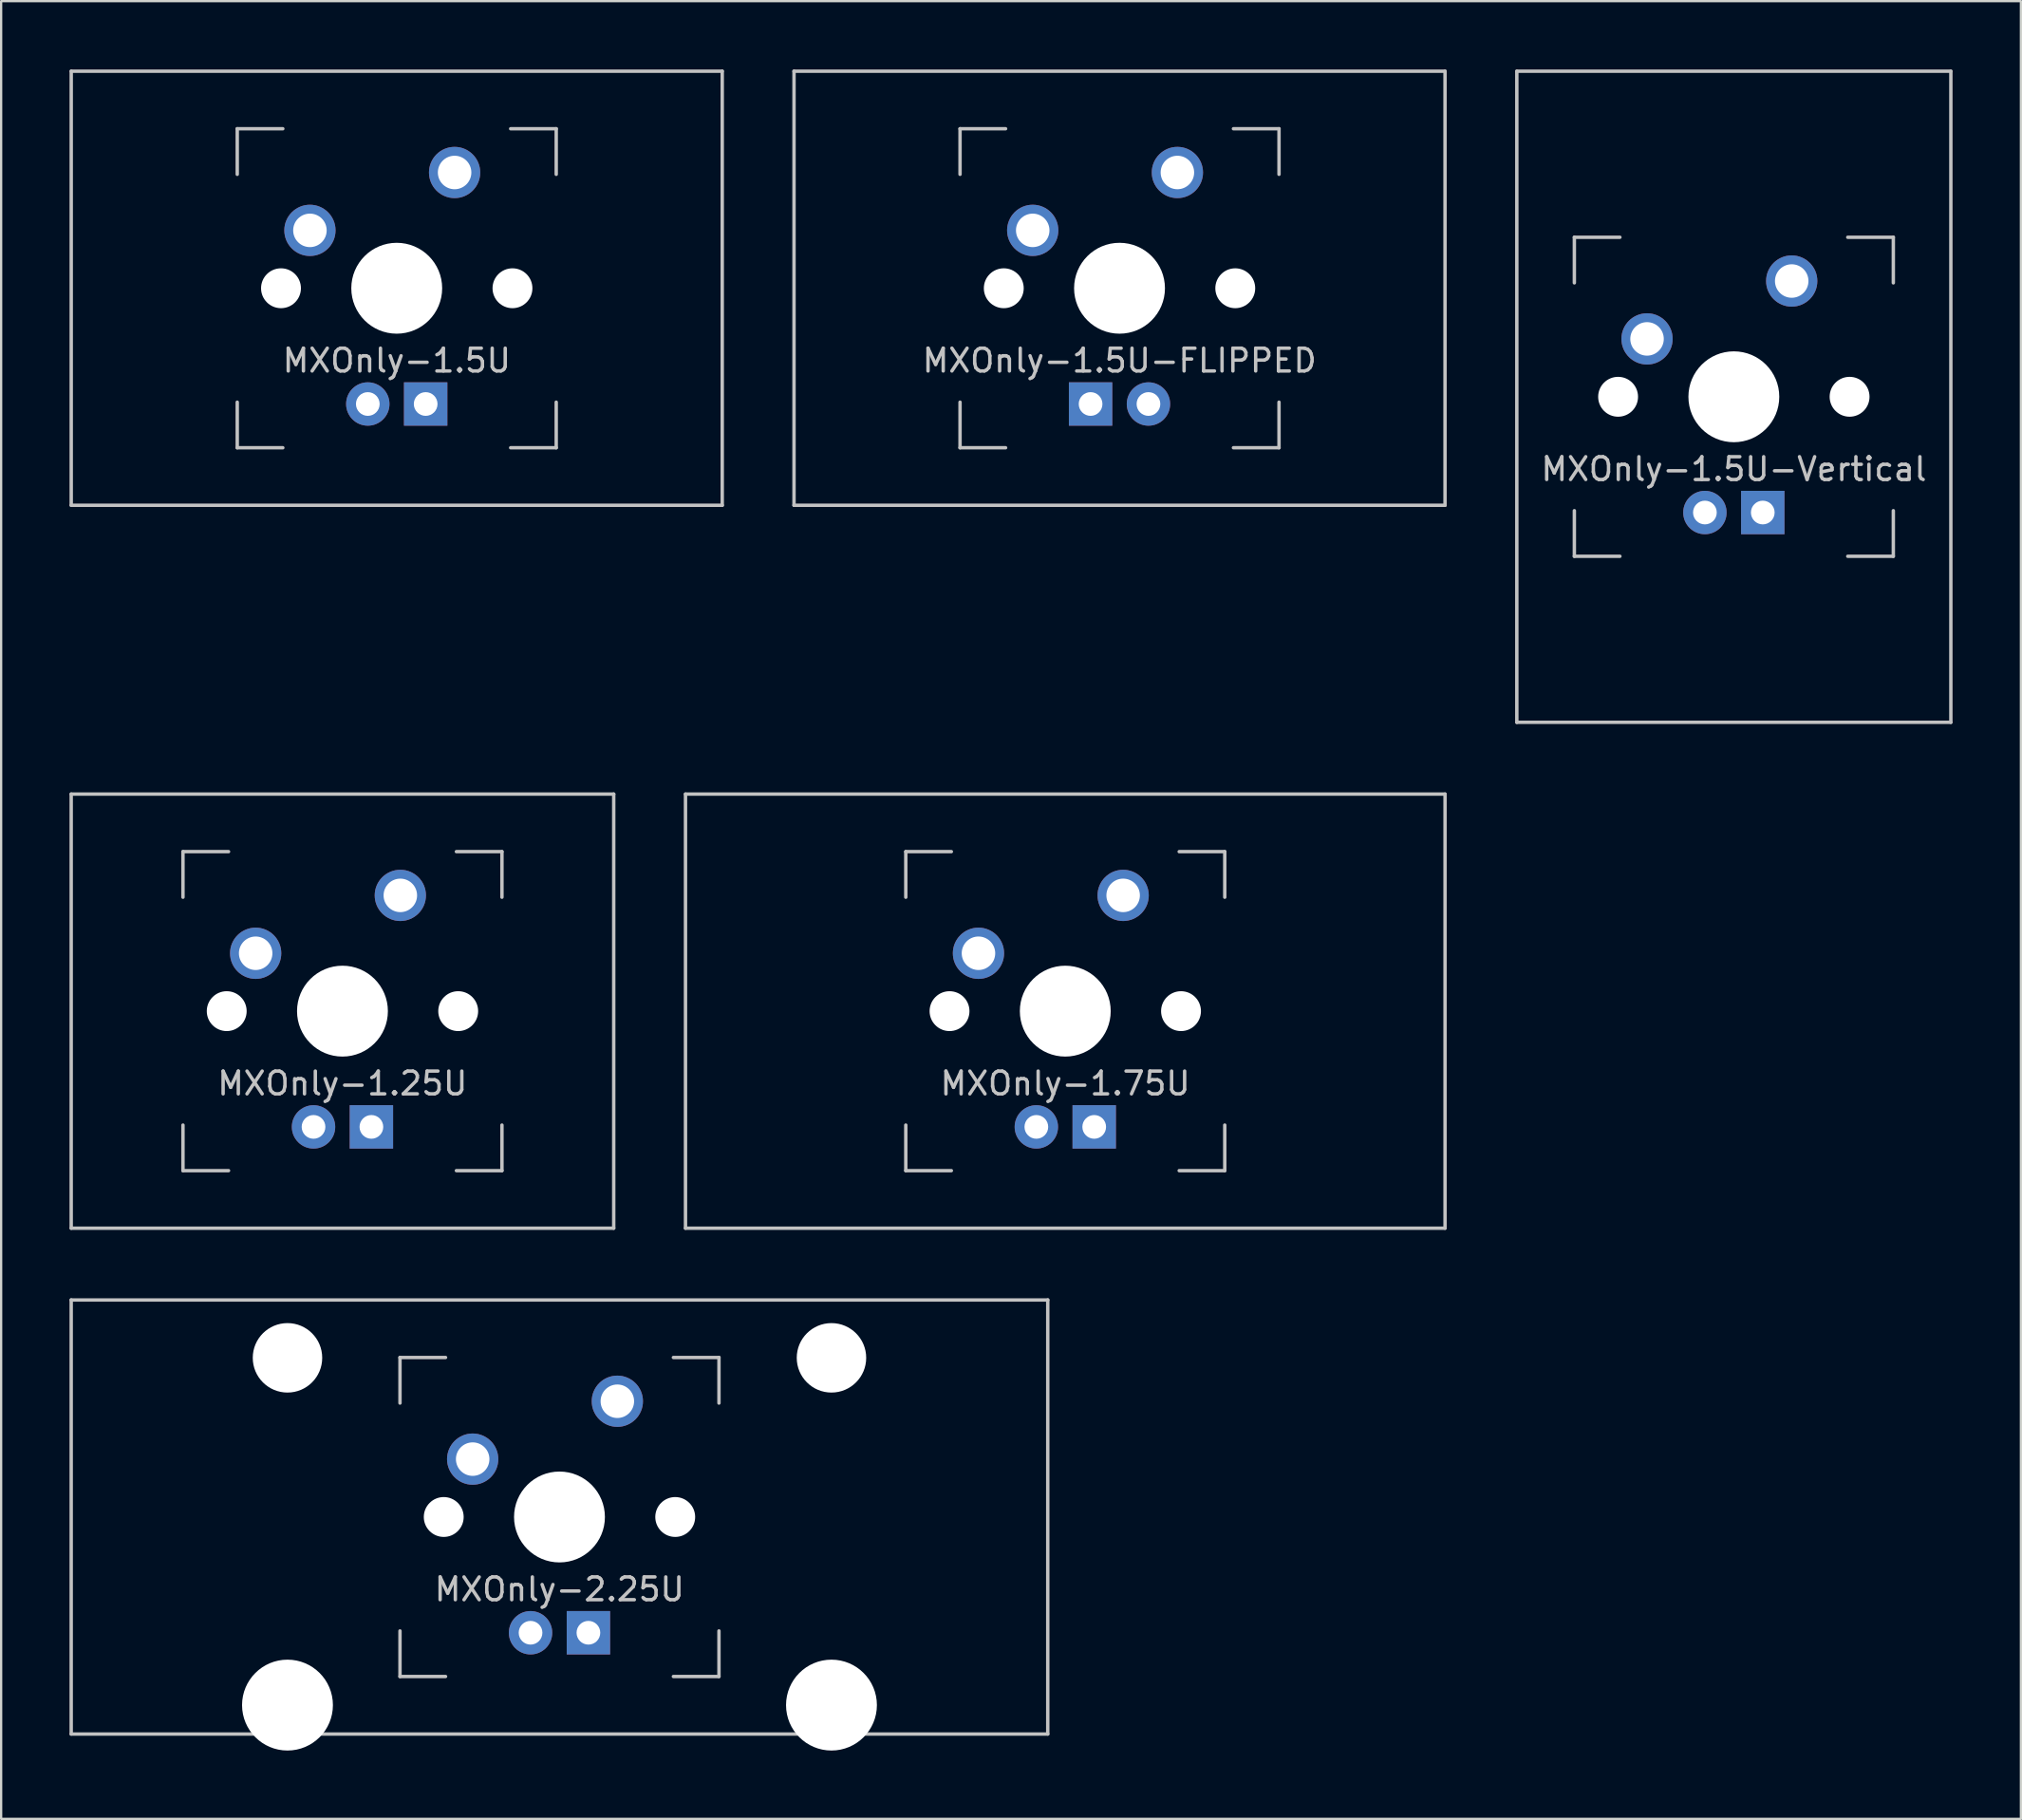
<source format=kicad_pcb>
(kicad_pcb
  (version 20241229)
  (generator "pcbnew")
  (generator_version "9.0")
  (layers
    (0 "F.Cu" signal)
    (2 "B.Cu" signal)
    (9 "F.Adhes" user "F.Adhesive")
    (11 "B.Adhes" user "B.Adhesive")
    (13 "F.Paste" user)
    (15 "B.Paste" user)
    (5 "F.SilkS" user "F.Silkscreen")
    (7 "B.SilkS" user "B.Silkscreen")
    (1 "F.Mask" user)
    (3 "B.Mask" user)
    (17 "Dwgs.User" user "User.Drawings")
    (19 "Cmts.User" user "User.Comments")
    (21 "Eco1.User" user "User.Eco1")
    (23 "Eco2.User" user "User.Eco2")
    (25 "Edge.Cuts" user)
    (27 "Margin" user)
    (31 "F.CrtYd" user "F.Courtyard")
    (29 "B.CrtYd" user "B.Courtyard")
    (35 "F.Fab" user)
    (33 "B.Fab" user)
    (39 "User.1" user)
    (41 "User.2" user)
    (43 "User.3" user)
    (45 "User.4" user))
  (footprint "MXOnly-1.75U"
    (layer "F.Cu")
    (at 43.706 41.325)
    (property "Reference" "MXOnly-1.75U" (at 0 3.175 0) (layer "Dwgs.User") (effects (font (size 1 1) (thickness 0.15))))
    (attr through_hole)
    (fp_line (start -16.669 -9.525) (end 16.669 -9.525) (stroke (width 0.15) (type solid)) (layer "Dwgs.User"))
    (fp_line (start -16.669 9.525) (end -16.669 -9.525) (stroke (width 0.15) (type solid)) (layer "Dwgs.User"))
    (fp_line (start -16.669 9.525) (end 16.669 9.525) (stroke (width 0.15) (type solid)) (layer "Dwgs.User"))
    (fp_line (start -7 -7) (end -7 -5) (stroke (width 0.15) (type solid)) (layer "Dwgs.User"))
    (fp_line (start -7 5) (end -7 7) (stroke (width 0.15) (type solid)) (layer "Dwgs.User"))
    (fp_line (start -7 7) (end -5 7) (stroke (width 0.15) (type solid)) (layer "Dwgs.User"))
    (fp_line (start -5 -7) (end -7 -7) (stroke (width 0.15) (type solid)) (layer "Dwgs.User"))
    (fp_line (start 5 -7) (end 7 -7) (stroke (width 0.15) (type solid)) (layer "Dwgs.User"))
    (fp_line (start 5 7) (end 7 7) (stroke (width 0.15) (type solid)) (layer "Dwgs.User"))
    (fp_line (start 7 -7) (end 7 -5) (stroke (width 0.15) (type solid)) (layer "Dwgs.User"))
    (fp_line (start 7 7) (end 7 5) (stroke (width 0.15) (type solid)) (layer "Dwgs.User"))
    (fp_line (start 16.669 -9.525) (end 16.669 9.525) (stroke (width 0.15) (type solid)) (layer "Dwgs.User"))
    (pad "" np_thru_hole circle (at -5.08 0 48.1) (size 1.75 1.75) (drill 1.75) (layers "*.Cu" "*.Mask"))
    (pad "" np_thru_hole circle (at 0 0) (size 3.988 3.988) (drill 3.988) (layers "*.Cu" "*.Mask"))
    (pad "" np_thru_hole circle (at 5.08 0 48.1) (size 1.75 1.75) (drill 1.75) (layers "*.Cu" "*.Mask"))
    (pad "1" thru_hole circle (at -3.81 -2.54) (size 2.25 2.25) (drill 1.47) (layers "*.Cu" "*.Mask"))
    (pad "2" thru_hole circle (at 2.54 -5.08) (size 2.25 2.25) (drill 1.47) (layers "*.Cu" "*.Mask"))
    (pad "3" thru_hole circle (at -1.27 5.08) (size 1.905 1.905) (drill 1.04) (layers "*.Cu" "*.Mask"))
    (pad "4" thru_hole rect (at 1.27 5.08) (size 1.905 1.905) (drill 1.04) (layers "*.Cu" "*.Mask")))
  (footprint "MXOnly-1.25U"
    (layer "F.Cu")
    (at 11.981 41.325)
    (property "Reference" "MXOnly-1.25U" (at 0 3.175 0) (layer "Dwgs.User") (effects (font (size 1 1) (thickness 0.15))))
    (attr through_hole)
    (fp_line (start -11.906 -9.525) (end 11.906 -9.525) (stroke (width 0.15) (type solid)) (layer "Dwgs.User"))
    (fp_line (start -11.906 9.525) (end -11.906 -9.525) (stroke (width 0.15) (type solid)) (layer "Dwgs.User"))
    (fp_line (start -11.906 9.525) (end 11.906 9.525) (stroke (width 0.15) (type solid)) (layer "Dwgs.User"))
    (fp_line (start -7 -7) (end -7 -5) (stroke (width 0.15) (type solid)) (layer "Dwgs.User"))
    (fp_line (start -7 5) (end -7 7) (stroke (width 0.15) (type solid)) (layer "Dwgs.User"))
    (fp_line (start -7 7) (end -5 7) (stroke (width 0.15) (type solid)) (layer "Dwgs.User"))
    (fp_line (start -5 -7) (end -7 -7) (stroke (width 0.15) (type solid)) (layer "Dwgs.User"))
    (fp_line (start 5 -7) (end 7 -7) (stroke (width 0.15) (type solid)) (layer "Dwgs.User"))
    (fp_line (start 5 7) (end 7 7) (stroke (width 0.15) (type solid)) (layer "Dwgs.User"))
    (fp_line (start 7 -7) (end 7 -5) (stroke (width 0.15) (type solid)) (layer "Dwgs.User"))
    (fp_line (start 7 7) (end 7 5) (stroke (width 0.15) (type solid)) (layer "Dwgs.User"))
    (fp_line (start 11.906 -9.525) (end 11.906 9.525) (stroke (width 0.15) (type solid)) (layer "Dwgs.User"))
    (pad "" np_thru_hole circle (at -5.08 0 48.1) (size 1.75 1.75) (drill 1.75) (layers "*.Cu" "*.Mask"))
    (pad "" np_thru_hole circle (at 0 0) (size 3.988 3.988) (drill 3.988) (layers "*.Cu" "*.Mask"))
    (pad "" np_thru_hole circle (at 5.08 0 48.1) (size 1.75 1.75) (drill 1.75) (layers "*.Cu" "*.Mask"))
    (pad "1" thru_hole circle (at -3.81 -2.54) (size 2.25 2.25) (drill 1.47) (layers "*.Cu" "*.Mask"))
    (pad "2" thru_hole circle (at 2.54 -5.08) (size 2.25 2.25) (drill 1.47) (layers "*.Cu" "*.Mask"))
    (pad "3" thru_hole circle (at -1.27 5.08) (size 1.905 1.905) (drill 1.04) (layers "*.Cu" "*.Mask"))
    (pad "4" thru_hole rect (at 1.27 5.08) (size 1.905 1.905) (drill 1.04) (layers "*.Cu" "*.Mask")))
  (footprint "MXOnly-1.5U"
    (layer "F.Cu")
    (at 14.363 9.6)
    (property "Reference" "MXOnly-1.5U" (at 0 3.175 0) (layer "Dwgs.User") (effects (font (size 1 1) (thickness 0.15))))
    (attr through_hole)
    (fp_line (start -14.287 -9.525) (end 14.287 -9.525) (stroke (width 0.15) (type solid)) (layer "Dwgs.User"))
    (fp_line (start -14.287 9.525) (end -14.287 -9.525) (stroke (width 0.15) (type solid)) (layer "Dwgs.User"))
    (fp_line (start -14.287 9.525) (end 14.287 9.525) (stroke (width 0.15) (type solid)) (layer "Dwgs.User"))
    (fp_line (start -7 -7) (end -7 -5) (stroke (width 0.15) (type solid)) (layer "Dwgs.User"))
    (fp_line (start -7 5) (end -7 7) (stroke (width 0.15) (type solid)) (layer "Dwgs.User"))
    (fp_line (start -7 7) (end -5 7) (stroke (width 0.15) (type solid)) (layer "Dwgs.User"))
    (fp_line (start -5 -7) (end -7 -7) (stroke (width 0.15) (type solid)) (layer "Dwgs.User"))
    (fp_line (start 5 -7) (end 7 -7) (stroke (width 0.15) (type solid)) (layer "Dwgs.User"))
    (fp_line (start 5 7) (end 7 7) (stroke (width 0.15) (type solid)) (layer "Dwgs.User"))
    (fp_line (start 7 -7) (end 7 -5) (stroke (width 0.15) (type solid)) (layer "Dwgs.User"))
    (fp_line (start 7 7) (end 7 5) (stroke (width 0.15) (type solid)) (layer "Dwgs.User"))
    (fp_line (start 14.287 -9.525) (end 14.287 9.525) (stroke (width 0.15) (type solid)) (layer "Dwgs.User"))
    (pad "" np_thru_hole circle (at -5.08 0 48.1) (size 1.75 1.75) (drill 1.75) (layers "*.Cu" "*.Mask"))
    (pad "" np_thru_hole circle (at 0 0) (size 3.988 3.988) (drill 3.988) (layers "*.Cu" "*.Mask"))
    (pad "" np_thru_hole circle (at 5.08 0 48.1) (size 1.75 1.75) (drill 1.75) (layers "*.Cu" "*.Mask"))
    (pad "1" thru_hole circle (at -3.81 -2.54) (size 2.25 2.25) (drill 1.47) (layers "*.Cu" "*.Mask"))
    (pad "2" thru_hole circle (at 2.54 -5.08) (size 2.25 2.25) (drill 1.47) (layers "*.Cu" "*.Mask"))
    (pad "3" thru_hole circle (at -1.27 5.08) (size 1.905 1.905) (drill 1.04) (layers "*.Cu" "*.Mask"))
    (pad "4" thru_hole rect (at 1.27 5.08) (size 1.905 1.905) (drill 1.04) (layers "*.Cu" "*.Mask")))
  (footprint "MXOnly-1.5U-FLIPPED"
    (layer "F.Cu")
    (at 46.087 9.6)
    (property "Reference" "MXOnly-1.5U-FLIPPED" (at 0 3.175 0) (layer "Dwgs.User") (effects (font (size 1 1) (thickness 0.15))))
    (attr through_hole)
    (fp_line (start -14.287 -9.525) (end 14.287 -9.525) (stroke (width 0.15) (type solid)) (layer "Dwgs.User"))
    (fp_line (start -14.287 9.525) (end -14.287 -9.525) (stroke (width 0.15) (type solid)) (layer "Dwgs.User"))
    (fp_line (start -14.287 9.525) (end 14.287 9.525) (stroke (width 0.15) (type solid)) (layer "Dwgs.User"))
    (fp_line (start -7 -7) (end -7 -5) (stroke (width 0.15) (type solid)) (layer "Dwgs.User"))
    (fp_line (start -7 5) (end -7 7) (stroke (width 0.15) (type solid)) (layer "Dwgs.User"))
    (fp_line (start -7 7) (end -5 7) (stroke (width 0.15) (type solid)) (layer "Dwgs.User"))
    (fp_line (start -5 -7) (end -7 -7) (stroke (width 0.15) (type solid)) (layer "Dwgs.User"))
    (fp_line (start 5 -7) (end 7 -7) (stroke (width 0.15) (type solid)) (layer "Dwgs.User"))
    (fp_line (start 5 7) (end 7 7) (stroke (width 0.15) (type solid)) (layer "Dwgs.User"))
    (fp_line (start 7 -7) (end 7 -5) (stroke (width 0.15) (type solid)) (layer "Dwgs.User"))
    (fp_line (start 7 7) (end 7 5) (stroke (width 0.15) (type solid)) (layer "Dwgs.User"))
    (fp_line (start 14.287 -9.525) (end 14.287 9.525) (stroke (width 0.15) (type solid)) (layer "Dwgs.User"))
    (pad "" np_thru_hole circle (at -5.08 0 48.1) (size 1.75 1.75) (drill 1.75) (layers "*.Cu" "*.Mask"))
    (pad "" np_thru_hole circle (at 0 0) (size 3.988 3.988) (drill 3.988) (layers "*.Cu" "*.Mask"))
    (pad "" np_thru_hole circle (at 5.08 0 48.1) (size 1.75 1.75) (drill 1.75) (layers "*.Cu" "*.Mask"))
    (pad "1" thru_hole circle (at -3.81 -2.54) (size 2.25 2.25) (drill 1.47) (layers "*.Cu" "*.Mask"))
    (pad "2" thru_hole circle (at 2.54 -5.08) (size 2.25 2.25) (drill 1.47) (layers "*.Cu" "*.Mask"))
    (pad "3" thru_hole circle (at 1.27 5.08) (size 1.905 1.905) (drill 1.04) (layers "*.Cu" "*.Mask"))
    (pad "4" thru_hole rect (at -1.27 5.08) (size 1.905 1.905) (drill 1.04) (layers "*.Cu" "*.Mask")))
  (footprint "MXOnly-1.5U-Vertical"
    (layer "F.Cu")
    (at 73.05 14.363)
    (property "Reference" "MXOnly-1.5U-Vertical" (at 0 3.175 0) (layer "Dwgs.User") (effects (font (size 1 1) (thickness 0.15))))
    (attr through_hole)
    (fp_line (start -9.525 -14.287) (end -9.525 14.287) (stroke (width 0.15) (type solid)) (layer "Dwgs.User"))
    (fp_line (start -7 -7) (end -7 -5) (stroke (width 0.15) (type solid)) (layer "Dwgs.User"))
    (fp_line (start -7 5) (end -7 7) (stroke (width 0.15) (type solid)) (layer "Dwgs.User"))
    (fp_line (start -7 7) (end -5 7) (stroke (width 0.15) (type solid)) (layer "Dwgs.User"))
    (fp_line (start -5 -7) (end -7 -7) (stroke (width 0.15) (type solid)) (layer "Dwgs.User"))
    (fp_line (start 5 -7) (end 7 -7) (stroke (width 0.15) (type solid)) (layer "Dwgs.User"))
    (fp_line (start 5 7) (end 7 7) (stroke (width 0.15) (type solid)) (layer "Dwgs.User"))
    (fp_line (start 7 -7) (end 7 -5) (stroke (width 0.15) (type solid)) (layer "Dwgs.User"))
    (fp_line (start 7 7) (end 7 5) (stroke (width 0.15) (type solid)) (layer "Dwgs.User"))
    (fp_line (start 9.525 -14.287) (end -9.525 -14.287) (stroke (width 0.15) (type solid)) (layer "Dwgs.User"))
    (fp_line (start 9.525 -14.287) (end 9.525 14.287) (stroke (width 0.15) (type solid)) (layer "Dwgs.User"))
    (fp_line (start 9.525 14.287) (end -9.525 14.287) (stroke (width 0.15) (type solid)) (layer "Dwgs.User"))
    (pad "" np_thru_hole circle (at -5.08 0 48.1) (size 1.75 1.75) (drill 1.75) (layers "*.Cu" "*.Mask"))
    (pad "" np_thru_hole circle (at 0 0) (size 3.988 3.988) (drill 3.988) (layers "*.Cu" "*.Mask"))
    (pad "" np_thru_hole circle (at 5.08 0 48.1) (size 1.75 1.75) (drill 1.75) (layers "*.Cu" "*.Mask"))
    (pad "1" thru_hole circle (at -3.81 -2.54) (size 2.25 2.25) (drill 1.47) (layers "*.Cu" "*.Mask"))
    (pad "2" thru_hole circle (at 2.54 -5.08) (size 2.25 2.25) (drill 1.47) (layers "*.Cu" "*.Mask"))
    (pad "3" thru_hole circle (at -1.27 5.08) (size 1.905 1.905) (drill 1.04) (layers "*.Cu" "*.Mask"))
    (pad "4" thru_hole rect (at 1.27 5.08) (size 1.905 1.905) (drill 1.04) (layers "*.Cu" "*.Mask")))
  (footprint "MXOnly-2.25U"
    (layer "F.Cu")
    (at 21.506 63.525)
    (property "Reference" "MXOnly-2.25U" (at 0 3.175 0) (layer "Dwgs.User") (effects (font (size 1 1) (thickness 0.15))))
    (attr through_hole)
    (fp_line (start -21.431 -9.525) (end 21.431 -9.525) (stroke (width 0.15) (type solid)) (layer "Dwgs.User"))
    (fp_line (start -21.431 9.525) (end -21.431 -9.525) (stroke (width 0.15) (type solid)) (layer "Dwgs.User"))
    (fp_line (start -21.431 9.525) (end 21.431 9.525) (stroke (width 0.15) (type solid)) (layer "Dwgs.User"))
    (fp_line (start -7 -7) (end -7 -5) (stroke (width 0.15) (type solid)) (layer "Dwgs.User"))
    (fp_line (start -7 5) (end -7 7) (stroke (width 0.15) (type solid)) (layer "Dwgs.User"))
    (fp_line (start -7 7) (end -5 7) (stroke (width 0.15) (type solid)) (layer "Dwgs.User"))
    (fp_line (start -5 -7) (end -7 -7) (stroke (width 0.15) (type solid)) (layer "Dwgs.User"))
    (fp_line (start 5 -7) (end 7 -7) (stroke (width 0.15) (type solid)) (layer "Dwgs.User"))
    (fp_line (start 5 7) (end 7 7) (stroke (width 0.15) (type solid)) (layer "Dwgs.User"))
    (fp_line (start 7 -7) (end 7 -5) (stroke (width 0.15) (type solid)) (layer "Dwgs.User"))
    (fp_line (start 7 7) (end 7 5) (stroke (width 0.15) (type solid)) (layer "Dwgs.User"))
    (fp_line (start 21.431 -9.525) (end 21.431 9.525) (stroke (width 0.15) (type solid)) (layer "Dwgs.User"))
    (pad "" np_thru_hole circle (at -11.938 -6.985) (size 3.048 3.048) (drill 3.048) (layers "*.Cu" "*.Mask"))
    (pad "" np_thru_hole circle (at -11.938 8.255) (size 3.988 3.988) (drill 3.988) (layers "*.Cu" "*.Mask"))
    (pad "" np_thru_hole circle (at -5.08 0 48.1) (size 1.75 1.75) (drill 1.75) (layers "*.Cu" "*.Mask"))
    (pad "" np_thru_hole circle (at 0 0) (size 3.988 3.988) (drill 3.988) (layers "*.Cu" "*.Mask"))
    (pad "" np_thru_hole circle (at 5.08 0 48.1) (size 1.75 1.75) (drill 1.75) (layers "*.Cu" "*.Mask"))
    (pad "" np_thru_hole circle (at 11.938 -6.985) (size 3.048 3.048) (drill 3.048) (layers "*.Cu" "*.Mask"))
    (pad "" np_thru_hole circle (at 11.938 8.255) (size 3.988 3.988) (drill 3.988) (layers "*.Cu" "*.Mask"))
    (pad "1" thru_hole circle (at -3.81 -2.54) (size 2.25 2.25) (drill 1.47) (layers "*.Cu" "B.Mask"))
    (pad "2" thru_hole circle (at 2.54 -5.08) (size 2.25 2.25) (drill 1.47) (layers "*.Cu" "B.Mask"))
    (pad "3" thru_hole circle (at -1.27 5.08) (size 1.905 1.905) (drill 1.04) (layers "*.Cu" "B.Mask"))
    (pad "4" thru_hole rect (at 1.27 5.08) (size 1.905 1.905) (drill 1.04) (layers "*.Cu" "B.Mask")))
  (gr_rect
    (start -3 -3)
    (end 85.65 76.774)
    (stroke (width 0.1) (type default))
    (fill no)
    (layer "Edge.Cuts")))
</source>
